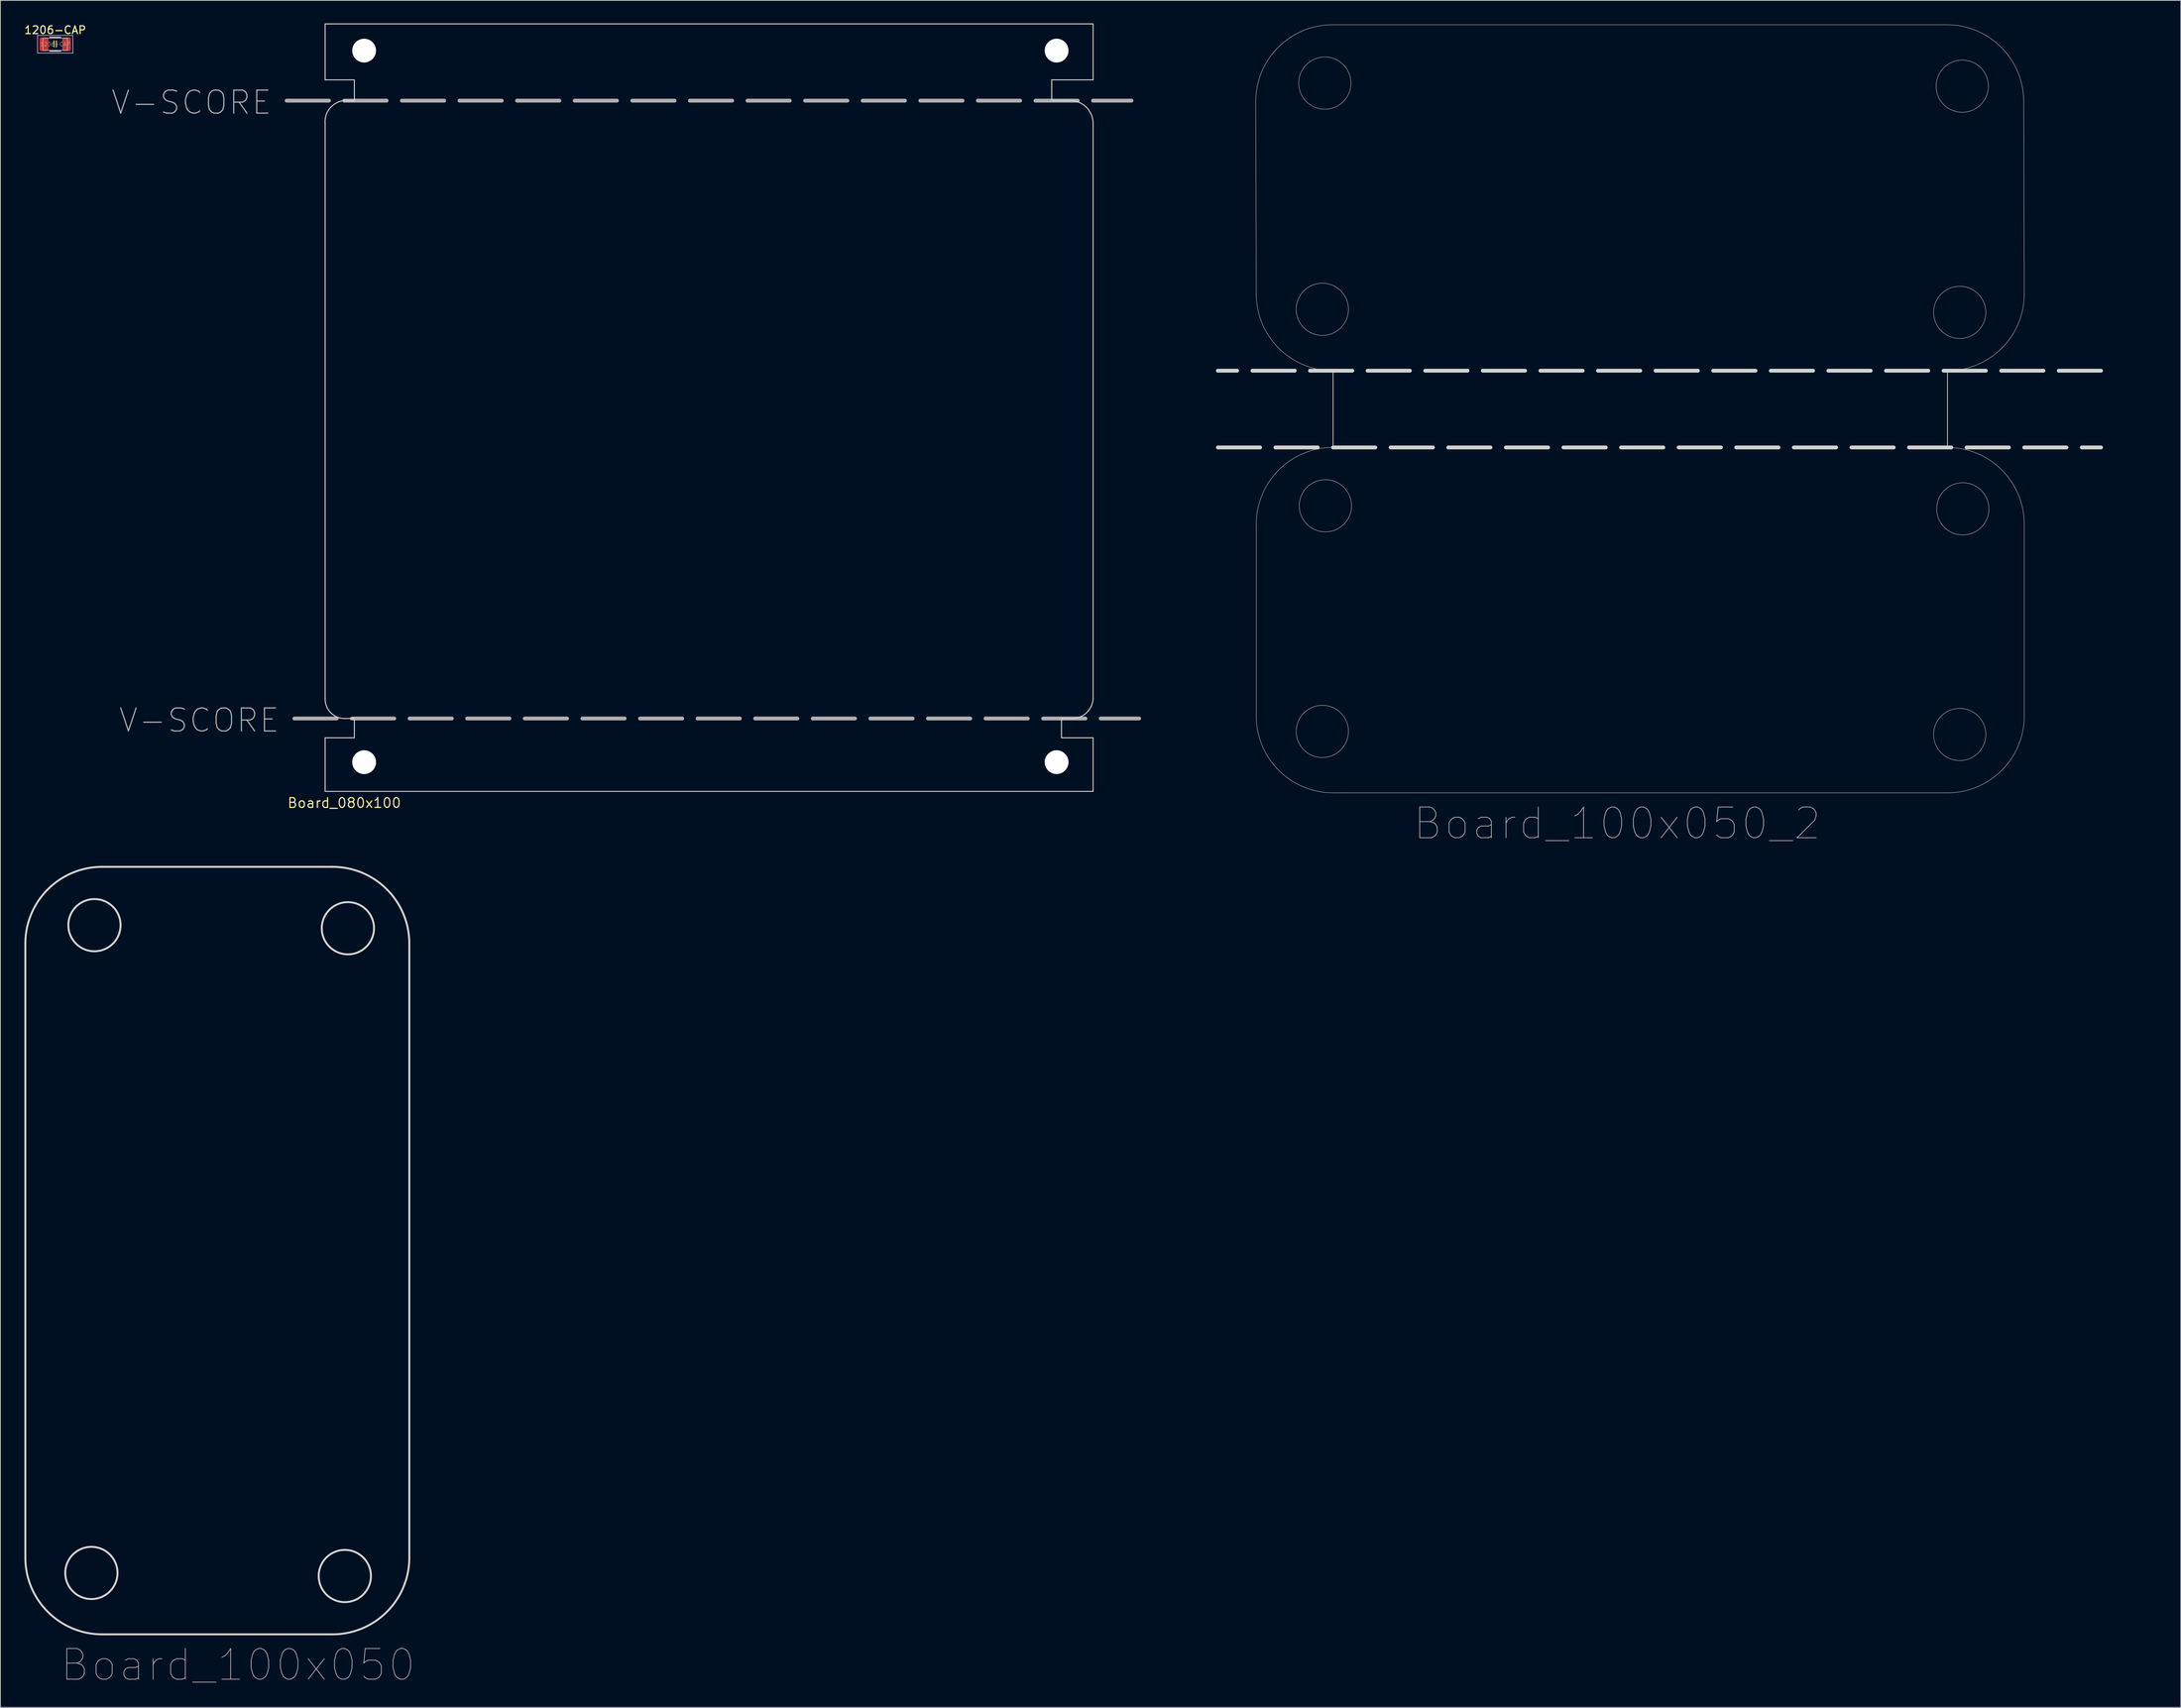
<source format=kicad_pcb>
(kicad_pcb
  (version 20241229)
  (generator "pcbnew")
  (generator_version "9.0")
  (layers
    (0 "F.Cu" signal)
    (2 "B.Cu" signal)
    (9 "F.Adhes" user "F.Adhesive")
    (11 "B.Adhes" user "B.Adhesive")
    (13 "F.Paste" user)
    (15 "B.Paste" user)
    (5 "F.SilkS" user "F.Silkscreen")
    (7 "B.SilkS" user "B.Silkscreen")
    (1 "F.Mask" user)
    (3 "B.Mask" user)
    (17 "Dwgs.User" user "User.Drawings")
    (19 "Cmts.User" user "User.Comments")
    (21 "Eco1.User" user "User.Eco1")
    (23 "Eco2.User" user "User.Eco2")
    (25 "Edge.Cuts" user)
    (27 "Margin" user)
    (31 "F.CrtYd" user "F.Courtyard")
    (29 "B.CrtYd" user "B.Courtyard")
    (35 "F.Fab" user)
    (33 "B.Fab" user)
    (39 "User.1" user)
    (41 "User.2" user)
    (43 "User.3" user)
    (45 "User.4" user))
  (footprint "Board_080x100"
    (layer "F.Cu")
    (at 39.285 100.064)
    (property "Reference" "Board_080x100" (at 2.5 1.5 0) (layer "F.SilkS") (effects (font (size 1.27 1.27) (thickness 0.15))))
    (fp_line (start 0 -100) (end 0 -92.71) (stroke (width 0.127) (type solid)) (layer "Edge.Cuts"))
    (fp_line (start 0 -100) (end 100 -100) (stroke (width 0.127) (type solid)) (layer "Edge.Cuts"))
    (fp_line (start 0 -92.71) (end 3.81 -92.71) (stroke (width 0.127) (type solid)) (layer "Edge.Cuts"))
    (fp_line (start 0 -87.045) (end 0 -12.025) (stroke (width 0.127) (type solid)) (layer "Edge.Cuts"))
    (fp_line (start 0 -6.985) (end 0 0) (stroke (width 0.127) (type solid)) (layer "Edge.Cuts"))
    (fp_line (start 0 -6.985) (end 3.81 -6.985) (stroke (width 0.127) (type solid)) (layer "Edge.Cuts"))
    (fp_line (start 2.54 -9.5) (end 3.81 -9.5) (stroke (width 0.127) (type solid)) (layer "Edge.Cuts"))
    (fp_line (start 3.81 -92.71) (end 3.81 -90.005) (stroke (width 0.127) (type solid)) (layer "Edge.Cuts"))
    (fp_line (start 3.81 -90.005) (end 2.54 -90.005) (stroke (width 0.127) (type solid)) (layer "Edge.Cuts"))
    (fp_line (start 3.81 -6.985) (end 3.81 -9.525) (stroke (width 0.127) (type solid)) (layer "Edge.Cuts"))
    (fp_line (start 94.615 -92.71) (end 100 -92.71) (stroke (width 0.127) (type solid)) (layer "Edge.Cuts"))
    (fp_line (start 94.615 -90.005) (end 94.615 -92.71) (stroke (width 0.127) (type solid)) (layer "Edge.Cuts"))
    (fp_line (start 95.885 -9.525) (end 95.885 -6.985) (stroke (width 0.127) (type solid)) (layer "Edge.Cuts"))
    (fp_line (start 95.885 -9.5) (end 97.025 -9.5) (stroke (width 0.127) (type solid)) (layer "Edge.Cuts"))
    (fp_line (start 95.885 -6.985) (end 100 -6.985) (stroke (width 0.127) (type solid)) (layer "Edge.Cuts"))
    (fp_line (start 97.025 -90.005) (end 94.615 -90.005) (stroke (width 0.127) (type solid)) (layer "Edge.Cuts"))
    (fp_line (start 100 -100) (end 100 -92.71) (stroke (width 0.127) (type solid)) (layer "Edge.Cuts"))
    (fp_line (start 100 -87.045) (end 100 -12.025) (stroke (width 0.127) (type solid)) (layer "Edge.Cuts"))
    (fp_line (start 100 -6.985) (end 100 0) (stroke (width 0.127) (type solid)) (layer "Edge.Cuts"))
    (fp_line (start 100 0) (end 0 0) (stroke (width 0.127) (type solid)) (layer "Edge.Cuts"))
    (fp_arc (start 0 -87.045) (mid 0.656964 -89.051051) (end 2.54 -90.005) (stroke (width 0.127) (type solid)) (layer "Edge.Cuts"))
    (fp_arc (start 2.54 -9.5) (mid 0.747055 -10.236449) (end 0 -12.025) (stroke (width 0.127) (type solid)) (layer "Edge.Cuts"))
    (fp_arc (start 97.024971 -90.004999) (mid 99.125521 -89.141148) (end 100 -87.045) (stroke (width 0.127) (type solid)) (layer "Edge.Cuts"))
    (fp_arc (start 100 -12.024999) (mid 99.03543 -10.146351) (end 97.024971 -9.5) (stroke (width 0.127) (type solid)) (layer "Edge.Cuts"))
    (fp_line (start -5 -90) (end 105 -90) (stroke (width 0.5) (type dash)) (layer "F.Fab"))
    (fp_line (start -4 -9.5) (end 106 -9.5) (stroke (width 0.5) (type dash)) (layer "F.Fab"))
    (fp_text user "V-SCORE" (at -27 -7.5 0) (unlocked yes) (layer "F.Fab") (effects (font (size 3 3) (thickness 0.15)) (justify left bottom)))
    (fp_text user "V-SCORE" (at -28 -88 0) (unlocked yes) (layer "F.Fab") (effects (font (size 3 3) (thickness 0.15)) (justify left bottom)))
    (pad "" np_thru_hole circle (at 5.08 -96.52) (size 3.1 3.1) (drill 3.1) (layers "*.Cu" "*.Mask"))
    (pad "" np_thru_hole circle (at 5.08 -3.81) (size 3.1 3.1) (drill 3.1) (layers "*.Cu" "*.Mask"))
    (pad "" np_thru_hole circle (at 95.25 -96.52) (size 3.1 3.1) (drill 3.1) (layers "*.Cu" "*.Mask"))
    (pad "" np_thru_hole circle (at 95.25 -3.81) (size 3.1 3.1) (drill 3.1) (layers "*.Cu" "*.Mask")))
  (footprint "Board_100x050_2"
    (layer "F.Cu")
    (at 160.535 0.25)
    (property "Reference" "Board_100x050_2" (at 47 104 0) (unlocked yes) (layer "F.Fab") (effects (font (size 4 4) (thickness 0.1))))
    (fp_line (start -5 55) (end 110 55) (stroke (width 0.5) (type dash)) (layer "Edge.Cuts"))
    (fp_line (start 0 35) (end -0.071 9.929) (stroke (width 0.05) (type default)) (layer "Edge.Cuts"))
    (fp_line (start 0 90) (end 0 65) (stroke (width 0.05) (type default)) (layer "Edge.Cuts"))
    (fp_line (start 9.929 -0.071) (end 89.929 -0.071) (stroke (width 0.05) (type default)) (layer "Edge.Cuts"))
    (fp_line (start 10 45) (end 10 55) (stroke (width 0.1) (type default)) (layer "Edge.Cuts"))
    (fp_line (start 11 100) (end 10 100) (stroke (width 0.05) (type default)) (layer "Edge.Cuts"))
    (fp_line (start 90 45) (end 90 55) (stroke (width 0.1) (type default)) (layer "Edge.Cuts"))
    (fp_line (start 90 100) (end 11 100) (stroke (width 0.05) (type default)) (layer "Edge.Cuts"))
    (fp_line (start 99.929 9.929) (end 100 35) (stroke (width 0.05) (type default)) (layer "Edge.Cuts"))
    (fp_line (start 100 65) (end 100 90) (stroke (width 0.05) (type default)) (layer "Edge.Cuts"))
    (fp_line (start 110 45) (end -5 45) (stroke (width 0.5) (type dash)) (layer "Edge.Cuts"))
    (fp_arc (start -0.071068 9.928932) (mid 2.857864 2.857864) (end 9.928932 -0.071068) (stroke (width 0.05) (type default)) (layer "Edge.Cuts"))
    (fp_arc (start 0 65) (mid 2.928932 57.928932) (end 10 55) (stroke (width 0.05) (type default)) (layer "Edge.Cuts"))
    (fp_arc (start 10 45) (mid 2.928932 42.071068) (end 0 35) (stroke (width 0.05) (type default)) (layer "Edge.Cuts"))
    (fp_arc (start 10 100) (mid 2.928932 97.071068) (end 0 90) (stroke (width 0.05) (type default)) (layer "Edge.Cuts"))
    (fp_arc (start 89.928932 -0.071068) (mid 97 2.857864) (end 99.928932 9.928932) (stroke (width 0.05) (type default)) (layer "Edge.Cuts"))
    (fp_arc (start 90 55) (mid 97.071068 57.928932) (end 100 65) (stroke (width 0.05) (type default)) (layer "Edge.Cuts"))
    (fp_arc (start 100 35) (mid 97.071068 42.071068) (end 90 45) (stroke (width 0.05) (type default)) (layer "Edge.Cuts"))
    (fp_arc (start 100 90) (mid 97.071068 97.071068) (end 90 100) (stroke (width 0.05) (type default)) (layer "Edge.Cuts"))
    (fp_circle (center 8.6 37) (end 12 37) (stroke (width 0.05) (type default)) (fill no) (layer "Edge.Cuts"))
    (fp_circle (center 8.6 92) (end 12 92) (stroke (width 0.05) (type default)) (fill no) (layer "Edge.Cuts"))
    (fp_circle (center 8.929 7.529) (end 12.329 7.529) (stroke (width 0.05) (type default)) (fill no) (layer "Edge.Cuts"))
    (fp_circle (center 9 62.6) (end 12.4 62.6) (stroke (width 0.05) (type default)) (fill no) (layer "Edge.Cuts"))
    (fp_circle (center 91.6 37.4) (end 95 37.4) (stroke (width 0.05) (type default)) (fill no) (layer "Edge.Cuts"))
    (fp_circle (center 91.6 92.4) (end 95 92.4) (stroke (width 0.05) (type default)) (fill no) (layer "Edge.Cuts"))
    (fp_circle (center 91.929 7.929) (end 95.329 7.929) (stroke (width 0.05) (type default)) (fill no) (layer "Edge.Cuts"))
    (fp_circle (center 92 63) (end 95.4 63) (stroke (width 0.05) (type default)) (fill no) (layer "Edge.Cuts"))
    (fp_text user "V-Score" (at 111 55 0) (unlocked yes) (layer "Edge.Cuts") (effects (font (size 1 1) (thickness 0.1)) (justify left bottom)))
    (fp_text user "V-Score" (at -12 55.5 0) (unlocked yes) (layer "Edge.Cuts") (effects (font (size 1 1) (thickness 0.1)) (justify left bottom)))
    (fp_text user "V-Score" (at -12 45.5 0) (unlocked yes) (layer "Edge.Cuts") (effects (font (size 1 1) (thickness 0.1)) (justify left bottom)))
    (fp_text user "V-Score" (at 111 45.5 0) (unlocked yes) (layer "Edge.Cuts") (effects (font (size 1 1) (thickness 0.1)) (justify left bottom))))
  (footprint "1206-CAP"
    (layer "F.Cu")
    (at 4.143 2.712)
    (property "Reference" "1206-CAP" (at 0 -1.85 0) (layer "F.SilkS") (effects (font (size 1.016 1.016) (thickness 0.152))))
    (attr smd)
    (fp_line (start -2.305 -1.147) (end 2.295 -1.147) (stroke (width 0.1) (type solid)) (layer "F.SilkS"))
    (fp_line (start -2.305 1.153) (end -2.305 -1.147) (stroke (width 0.1) (type solid)) (layer "F.SilkS"))
    (fp_line (start -0.711 -0.91) (end 0.711 -0.91) (stroke (width 0.12) (type solid)) (layer "F.SilkS"))
    (fp_line (start -0.711 0.91) (end 0.711 0.91) (stroke (width 0.12) (type solid)) (layer "F.SilkS"))
    (fp_line (start -0.152 -0.448) (end -0.152 -0.048) (stroke (width 0.12) (type solid)) (layer "F.SilkS"))
    (fp_line (start -0.152 -0.048) (end -0.152 0.352) (stroke (width 0.12) (type solid)) (layer "F.SilkS"))
    (fp_line (start 0.152 -0.432) (end 0.152 -0.032) (stroke (width 0.12) (type solid)) (layer "F.SilkS"))
    (fp_line (start 0.152 -0.032) (end 0.152 0.368) (stroke (width 0.12) (type solid)) (layer "F.SilkS"))
    (fp_line (start 2.295 -1.147) (end 2.295 1.153) (stroke (width 0.1) (type solid)) (layer "F.SilkS"))
    (fp_line (start 2.295 1.153) (end -2.305 1.153) (stroke (width 0.1) (type solid)) (layer "F.SilkS"))
    (fp_line (start -2.3 -1.15) (end 2.3 -1.15) (stroke (width 0.05) (type solid)) (layer "F.CrtYd"))
    (fp_line (start -2.3 1.15) (end -2.3 -1.15) (stroke (width 0.05) (type solid)) (layer "F.CrtYd"))
    (fp_line (start 2.3 -1.15) (end 2.3 1.15) (stroke (width 0.05) (type solid)) (layer "F.CrtYd"))
    (fp_line (start 2.3 1.15) (end -2.3 1.15) (stroke (width 0.05) (type solid)) (layer "F.CrtYd"))
    (fp_line (start -1.6 -0.8) (end 1.6 -0.8) (stroke (width 0.1) (type solid)) (layer "F.Fab"))
    (fp_line (start -1.6 0.8) (end -1.6 -0.8) (stroke (width 0.1) (type solid)) (layer "F.Fab"))
    (fp_line (start 1.6 -0.8) (end 1.6 0.8) (stroke (width 0.1) (type solid)) (layer "F.Fab"))
    (fp_line (start 1.6 0.8) (end -1.6 0.8) (stroke (width 0.1) (type solid)) (layer "F.Fab"))
    (fp_text user "${REFERENCE}" (at 0 0 0) (layer "F.Fab") (effects (font (size 0.5 0.5) (thickness 0.05))))
    (pad "1" smd roundrect (at -1.475 0) (size 1.15 1.8) (layers "F.Cu" "F.Mask" "F.Paste") (roundrect_rratio 0.217))
    (pad "2" smd roundrect (at 1.475 0) (size 1.15 1.8) (layers "F.Cu" "F.Mask" "F.Paste") (roundrect_rratio 0.217)))
  (footprint "Board_100x050"
    (layer "F.Cu")
    (at 0.25 209.893)
    (property "Reference" "Board_100x050" (at 27.686 4 0) (unlocked yes) (layer "F.Fab") (effects (font (size 4 4) (thickness 0.1))))
    (fp_line (start 0 -10) (end 0 -90) (stroke (width 0.254) (type default)) (layer "Edge.Cuts"))
    (fp_line (start 10 -100) (end 40 -100) (stroke (width 0.254) (type default)) (layer "Edge.Cuts"))
    (fp_line (start 11 0) (end 10 0) (stroke (width 0.254) (type default)) (layer "Edge.Cuts"))
    (fp_line (start 40 0) (end 11 0) (stroke (width 0.254) (type default)) (layer "Edge.Cuts"))
    (fp_line (start 50 -90) (end 50 -10) (stroke (width 0.254) (type default)) (layer "Edge.Cuts"))
    (fp_arc (start 0 -90) (mid 2.928932 -97.071068) (end 10 -100) (stroke (width 0.254) (type default)) (layer "Edge.Cuts"))
    (fp_arc (start 10 0) (mid 2.928932 -2.928932) (end 0 -10) (stroke (width 0.254) (type default)) (layer "Edge.Cuts"))
    (fp_arc (start 40 -100) (mid 47.071068 -97.071068) (end 50 -90) (stroke (width 0.254) (type default)) (layer "Edge.Cuts"))
    (fp_arc (start 50 -10) (mid 47.071068 -2.928932) (end 40 0) (stroke (width 0.254) (type default)) (layer "Edge.Cuts"))
    (fp_circle (center 8.6 -8) (end 12 -8) (stroke (width 0.254) (type default)) (fill no) (layer "Edge.Cuts"))
    (fp_circle (center 9 -92.4) (end 12.4 -92.4) (stroke (width 0.254) (type default)) (fill no) (layer "Edge.Cuts"))
    (fp_circle (center 41.6 -7.6) (end 45 -7.6) (stroke (width 0.254) (type default)) (fill no) (layer "Edge.Cuts"))
    (fp_circle (center 42 -92) (end 45.4 -92) (stroke (width 0.254) (type default)) (fill no) (layer "Edge.Cuts")))
  (gr_rect
    (start -3 -3)
    (end 280.921 219.408)
    (stroke (width 0.1) (type default))
    (fill no)
    (layer "Edge.Cuts")))
</source>
